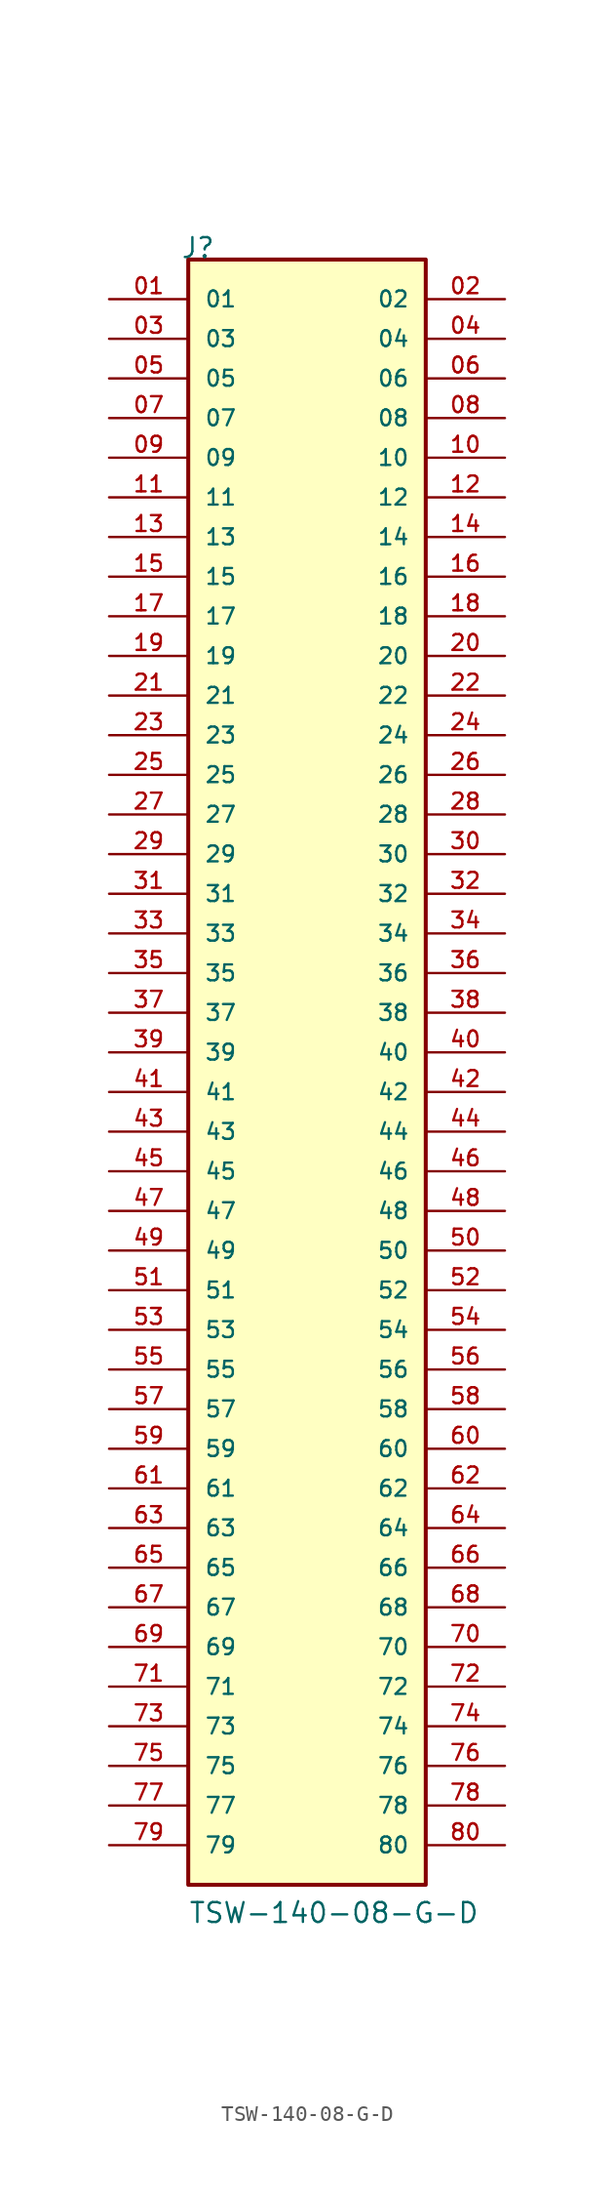
<source format=kicad_sym>
(kicad_symbol_lib
  (version 20211014)
  (generator kicad_symbol_editor)
  (symbol "TSW-140-08-G-D"
    (pin_names
      (offset 1.016))
    (property "Reference" "J"
      (at -8.12 53.34 0)
      (effects (font (size 1.27 1.27)) (justify bottom left)))
    (property "Value" "TSW-140-08-G-D"
      (at -7.62 -53.34 0)
      (effects (font (size 1.27 1.27)) (justify bottom left)))
    (symbol "TSW-140-08-G-D_0_0"
      (rectangle (start -7.62 -50.8) (end 7.62 53.34) (stroke (width 0.254)) (fill (type background)))
      (pin passive line (at -12.7 50.8 0) (length 5.08) (name "01" (effects (font (size 1.016 1.016)))) (number "01" (effects (font (size 1.016 1.016)))))
      (pin passive line (at 12.7 50.8 180.0) (length 5.08) (name "02" (effects (font (size 1.016 1.016)))) (number "02" (effects (font (size 1.016 1.016)))))
      (pin passive line (at -12.7 48.26 0) (length 5.08) (name "03" (effects (font (size 1.016 1.016)))) (number "03" (effects (font (size 1.016 1.016)))))
      (pin passive line (at 12.7 48.26 180.0) (length 5.08) (name "04" (effects (font (size 1.016 1.016)))) (number "04" (effects (font (size 1.016 1.016)))))
      (pin passive line (at -12.7 45.72 0) (length 5.08) (name "05" (effects (font (size 1.016 1.016)))) (number "05" (effects (font (size 1.016 1.016)))))
      (pin passive line (at 12.7 45.72 180.0) (length 5.08) (name "06" (effects (font (size 1.016 1.016)))) (number "06" (effects (font (size 1.016 1.016)))))
      (pin passive line (at -12.7 43.18 0) (length 5.08) (name "07" (effects (font (size 1.016 1.016)))) (number "07" (effects (font (size 1.016 1.016)))))
      (pin passive line (at 12.7 43.18 180.0) (length 5.08) (name "08" (effects (font (size 1.016 1.016)))) (number "08" (effects (font (size 1.016 1.016)))))
      (pin passive line (at -12.7 40.64 0) (length 5.08) (name "09" (effects (font (size 1.016 1.016)))) (number "09" (effects (font (size 1.016 1.016)))))
      (pin passive line (at 12.7 40.64 180.0) (length 5.08) (name "10" (effects (font (size 1.016 1.016)))) (number "10" (effects (font (size 1.016 1.016)))))
      (pin passive line (at -12.7 38.1 0) (length 5.08) (name "11" (effects (font (size 1.016 1.016)))) (number "11" (effects (font (size 1.016 1.016)))))
      (pin passive line (at 12.7 38.1 180.0) (length 5.08) (name "12" (effects (font (size 1.016 1.016)))) (number "12" (effects (font (size 1.016 1.016)))))
      (pin passive line (at -12.7 35.56 0) (length 5.08) (name "13" (effects (font (size 1.016 1.016)))) (number "13" (effects (font (size 1.016 1.016)))))
      (pin passive line (at 12.7 35.56 180.0) (length 5.08) (name "14" (effects (font (size 1.016 1.016)))) (number "14" (effects (font (size 1.016 1.016)))))
      (pin passive line (at -12.7 33.02 0) (length 5.08) (name "15" (effects (font (size 1.016 1.016)))) (number "15" (effects (font (size 1.016 1.016)))))
      (pin passive line (at 12.7 33.02 180.0) (length 5.08) (name "16" (effects (font (size 1.016 1.016)))) (number "16" (effects (font (size 1.016 1.016)))))
      (pin passive line (at -12.7 30.48 0) (length 5.08) (name "17" (effects (font (size 1.016 1.016)))) (number "17" (effects (font (size 1.016 1.016)))))
      (pin passive line (at 12.7 30.48 180.0) (length 5.08) (name "18" (effects (font (size 1.016 1.016)))) (number "18" (effects (font (size 1.016 1.016)))))
      (pin passive line (at -12.7 27.94 0) (length 5.08) (name "19" (effects (font (size 1.016 1.016)))) (number "19" (effects (font (size 1.016 1.016)))))
      (pin passive line (at 12.7 27.94 180.0) (length 5.08) (name "20" (effects (font (size 1.016 1.016)))) (number "20" (effects (font (size 1.016 1.016)))))
      (pin passive line (at -12.7 25.4 0) (length 5.08) (name "21" (effects (font (size 1.016 1.016)))) (number "21" (effects (font (size 1.016 1.016)))))
      (pin passive line (at 12.7 25.4 180.0) (length 5.08) (name "22" (effects (font (size 1.016 1.016)))) (number "22" (effects (font (size 1.016 1.016)))))
      (pin passive line (at -12.7 22.86 0) (length 5.08) (name "23" (effects (font (size 1.016 1.016)))) (number "23" (effects (font (size 1.016 1.016)))))
      (pin passive line (at 12.7 22.86 180.0) (length 5.08) (name "24" (effects (font (size 1.016 1.016)))) (number "24" (effects (font (size 1.016 1.016)))))
      (pin passive line (at -12.7 20.32 0) (length 5.08) (name "25" (effects (font (size 1.016 1.016)))) (number "25" (effects (font (size 1.016 1.016)))))
      (pin passive line (at 12.7 20.32 180.0) (length 5.08) (name "26" (effects (font (size 1.016 1.016)))) (number "26" (effects (font (size 1.016 1.016)))))
      (pin passive line (at -12.7 17.78 0) (length 5.08) (name "27" (effects (font (size 1.016 1.016)))) (number "27" (effects (font (size 1.016 1.016)))))
      (pin passive line (at 12.7 17.78 180.0) (length 5.08) (name "28" (effects (font (size 1.016 1.016)))) (number "28" (effects (font (size 1.016 1.016)))))
      (pin passive line (at -12.7 15.24 0) (length 5.08) (name "29" (effects (font (size 1.016 1.016)))) (number "29" (effects (font (size 1.016 1.016)))))
      (pin passive line (at 12.7 15.24 180.0) (length 5.08) (name "30" (effects (font (size 1.016 1.016)))) (number "30" (effects (font (size 1.016 1.016)))))
      (pin passive line (at -12.7 12.7 0) (length 5.08) (name "31" (effects (font (size 1.016 1.016)))) (number "31" (effects (font (size 1.016 1.016)))))
      (pin passive line (at 12.7 12.7 180.0) (length 5.08) (name "32" (effects (font (size 1.016 1.016)))) (number "32" (effects (font (size 1.016 1.016)))))
      (pin passive line (at -12.7 10.16 0) (length 5.08) (name "33" (effects (font (size 1.016 1.016)))) (number "33" (effects (font (size 1.016 1.016)))))
      (pin passive line (at 12.7 10.16 180.0) (length 5.08) (name "34" (effects (font (size 1.016 1.016)))) (number "34" (effects (font (size 1.016 1.016)))))
      (pin passive line (at -12.7 7.62 0) (length 5.08) (name "35" (effects (font (size 1.016 1.016)))) (number "35" (effects (font (size 1.016 1.016)))))
      (pin passive line (at 12.7 7.62 180.0) (length 5.08) (name "36" (effects (font (size 1.016 1.016)))) (number "36" (effects (font (size 1.016 1.016)))))
      (pin passive line (at -12.7 5.08 0) (length 5.08) (name "37" (effects (font (size 1.016 1.016)))) (number "37" (effects (font (size 1.016 1.016)))))
      (pin passive line (at 12.7 5.08 180.0) (length 5.08) (name "38" (effects (font (size 1.016 1.016)))) (number "38" (effects (font (size 1.016 1.016)))))
      (pin passive line (at -12.7 2.54 0) (length 5.08) (name "39" (effects (font (size 1.016 1.016)))) (number "39" (effects (font (size 1.016 1.016)))))
      (pin passive line (at 12.7 2.54 180.0) (length 5.08) (name "40" (effects (font (size 1.016 1.016)))) (number "40" (effects (font (size 1.016 1.016)))))
      (pin passive line (at -12.7 0.0 0) (length 5.08) (name "41" (effects (font (size 1.016 1.016)))) (number "41" (effects (font (size 1.016 1.016)))))
      (pin passive line (at 12.7 0.0 180.0) (length 5.08) (name "42" (effects (font (size 1.016 1.016)))) (number "42" (effects (font (size 1.016 1.016)))))
      (pin passive line (at -12.7 -2.54 0) (length 5.08) (name "43" (effects (font (size 1.016 1.016)))) (number "43" (effects (font (size 1.016 1.016)))))
      (pin passive line (at 12.7 -2.54 180.0) (length 5.08) (name "44" (effects (font (size 1.016 1.016)))) (number "44" (effects (font (size 1.016 1.016)))))
      (pin passive line (at -12.7 -5.08 0) (length 5.08) (name "45" (effects (font (size 1.016 1.016)))) (number "45" (effects (font (size 1.016 1.016)))))
      (pin passive line (at 12.7 -5.08 180.0) (length 5.08) (name "46" (effects (font (size 1.016 1.016)))) (number "46" (effects (font (size 1.016 1.016)))))
      (pin passive line (at -12.7 -7.62 0) (length 5.08) (name "47" (effects (font (size 1.016 1.016)))) (number "47" (effects (font (size 1.016 1.016)))))
      (pin passive line (at 12.7 -7.62 180.0) (length 5.08) (name "48" (effects (font (size 1.016 1.016)))) (number "48" (effects (font (size 1.016 1.016)))))
      (pin passive line (at -12.7 -10.16 0) (length 5.08) (name "49" (effects (font (size 1.016 1.016)))) (number "49" (effects (font (size 1.016 1.016)))))
      (pin passive line (at 12.7 -10.16 180.0) (length 5.08) (name "50" (effects (font (size 1.016 1.016)))) (number "50" (effects (font (size 1.016 1.016)))))
      (pin passive line (at -12.7 -12.7 0) (length 5.08) (name "51" (effects (font (size 1.016 1.016)))) (number "51" (effects (font (size 1.016 1.016)))))
      (pin passive line (at 12.7 -12.7 180.0) (length 5.08) (name "52" (effects (font (size 1.016 1.016)))) (number "52" (effects (font (size 1.016 1.016)))))
      (pin passive line (at -12.7 -15.24 0) (length 5.08) (name "53" (effects (font (size 1.016 1.016)))) (number "53" (effects (font (size 1.016 1.016)))))
      (pin passive line (at 12.7 -15.24 180.0) (length 5.08) (name "54" (effects (font (size 1.016 1.016)))) (number "54" (effects (font (size 1.016 1.016)))))
      (pin passive line (at -12.7 -17.78 0) (length 5.08) (name "55" (effects (font (size 1.016 1.016)))) (number "55" (effects (font (size 1.016 1.016)))))
      (pin passive line (at 12.7 -17.78 180.0) (length 5.08) (name "56" (effects (font (size 1.016 1.016)))) (number "56" (effects (font (size 1.016 1.016)))))
      (pin passive line (at -12.7 -20.32 0) (length 5.08) (name "57" (effects (font (size 1.016 1.016)))) (number "57" (effects (font (size 1.016 1.016)))))
      (pin passive line (at 12.7 -20.32 180.0) (length 5.08) (name "58" (effects (font (size 1.016 1.016)))) (number "58" (effects (font (size 1.016 1.016)))))
      (pin passive line (at -12.7 -22.86 0) (length 5.08) (name "59" (effects (font (size 1.016 1.016)))) (number "59" (effects (font (size 1.016 1.016)))))
      (pin passive line (at 12.7 -22.86 180.0) (length 5.08) (name "60" (effects (font (size 1.016 1.016)))) (number "60" (effects (font (size 1.016 1.016)))))
      (pin passive line (at -12.7 -25.4 0) (length 5.08) (name "61" (effects (font (size 1.016 1.016)))) (number "61" (effects (font (size 1.016 1.016)))))
      (pin passive line (at 12.7 -25.4 180.0) (length 5.08) (name "62" (effects (font (size 1.016 1.016)))) (number "62" (effects (font (size 1.016 1.016)))))
      (pin passive line (at -12.7 -27.94 0) (length 5.08) (name "63" (effects (font (size 1.016 1.016)))) (number "63" (effects (font (size 1.016 1.016)))))
      (pin passive line (at 12.7 -27.94 180.0) (length 5.08) (name "64" (effects (font (size 1.016 1.016)))) (number "64" (effects (font (size 1.016 1.016)))))
      (pin passive line (at -12.7 -30.48 0) (length 5.08) (name "65" (effects (font (size 1.016 1.016)))) (number "65" (effects (font (size 1.016 1.016)))))
      (pin passive line (at 12.7 -30.48 180.0) (length 5.08) (name "66" (effects (font (size 1.016 1.016)))) (number "66" (effects (font (size 1.016 1.016)))))
      (pin passive line (at -12.7 -33.02 0) (length 5.08) (name "67" (effects (font (size 1.016 1.016)))) (number "67" (effects (font (size 1.016 1.016)))))
      (pin passive line (at 12.7 -33.02 180.0) (length 5.08) (name "68" (effects (font (size 1.016 1.016)))) (number "68" (effects (font (size 1.016 1.016)))))
      (pin passive line (at -12.7 -35.56 0) (length 5.08) (name "69" (effects (font (size 1.016 1.016)))) (number "69" (effects (font (size 1.016 1.016)))))
      (pin passive line (at 12.7 -35.56 180.0) (length 5.08) (name "70" (effects (font (size 1.016 1.016)))) (number "70" (effects (font (size 1.016 1.016)))))
      (pin passive line (at -12.7 -38.1 0) (length 5.08) (name "71" (effects (font (size 1.016 1.016)))) (number "71" (effects (font (size 1.016 1.016)))))
      (pin passive line (at 12.7 -38.1 180.0) (length 5.08) (name "72" (effects (font (size 1.016 1.016)))) (number "72" (effects (font (size 1.016 1.016)))))
      (pin passive line (at -12.7 -40.64 0) (length 5.08) (name "73" (effects (font (size 1.016 1.016)))) (number "73" (effects (font (size 1.016 1.016)))))
      (pin passive line (at 12.7 -40.64 180.0) (length 5.08) (name "74" (effects (font (size 1.016 1.016)))) (number "74" (effects (font (size 1.016 1.016)))))
      (pin passive line (at -12.7 -43.18 0) (length 5.08) (name "75" (effects (font (size 1.016 1.016)))) (number "75" (effects (font (size 1.016 1.016)))))
      (pin passive line (at 12.7 -43.18 180.0) (length 5.08) (name "76" (effects (font (size 1.016 1.016)))) (number "76" (effects (font (size 1.016 1.016)))))
      (pin passive line (at -12.7 -45.72 0) (length 5.08) (name "77" (effects (font (size 1.016 1.016)))) (number "77" (effects (font (size 1.016 1.016)))))
      (pin passive line (at 12.7 -45.72 180.0) (length 5.08) (name "78" (effects (font (size 1.016 1.016)))) (number "78" (effects (font (size 1.016 1.016)))))
      (pin passive line (at -12.7 -48.26 0) (length 5.08) (name "79" (effects (font (size 1.016 1.016)))) (number "79" (effects (font (size 1.016 1.016)))))
      (pin passive line (at 12.7 -48.26 180.0) (length 5.08) (name "80" (effects (font (size 1.016 1.016)))) (number "80" (effects (font (size 1.016 1.016))))))))
</source>
